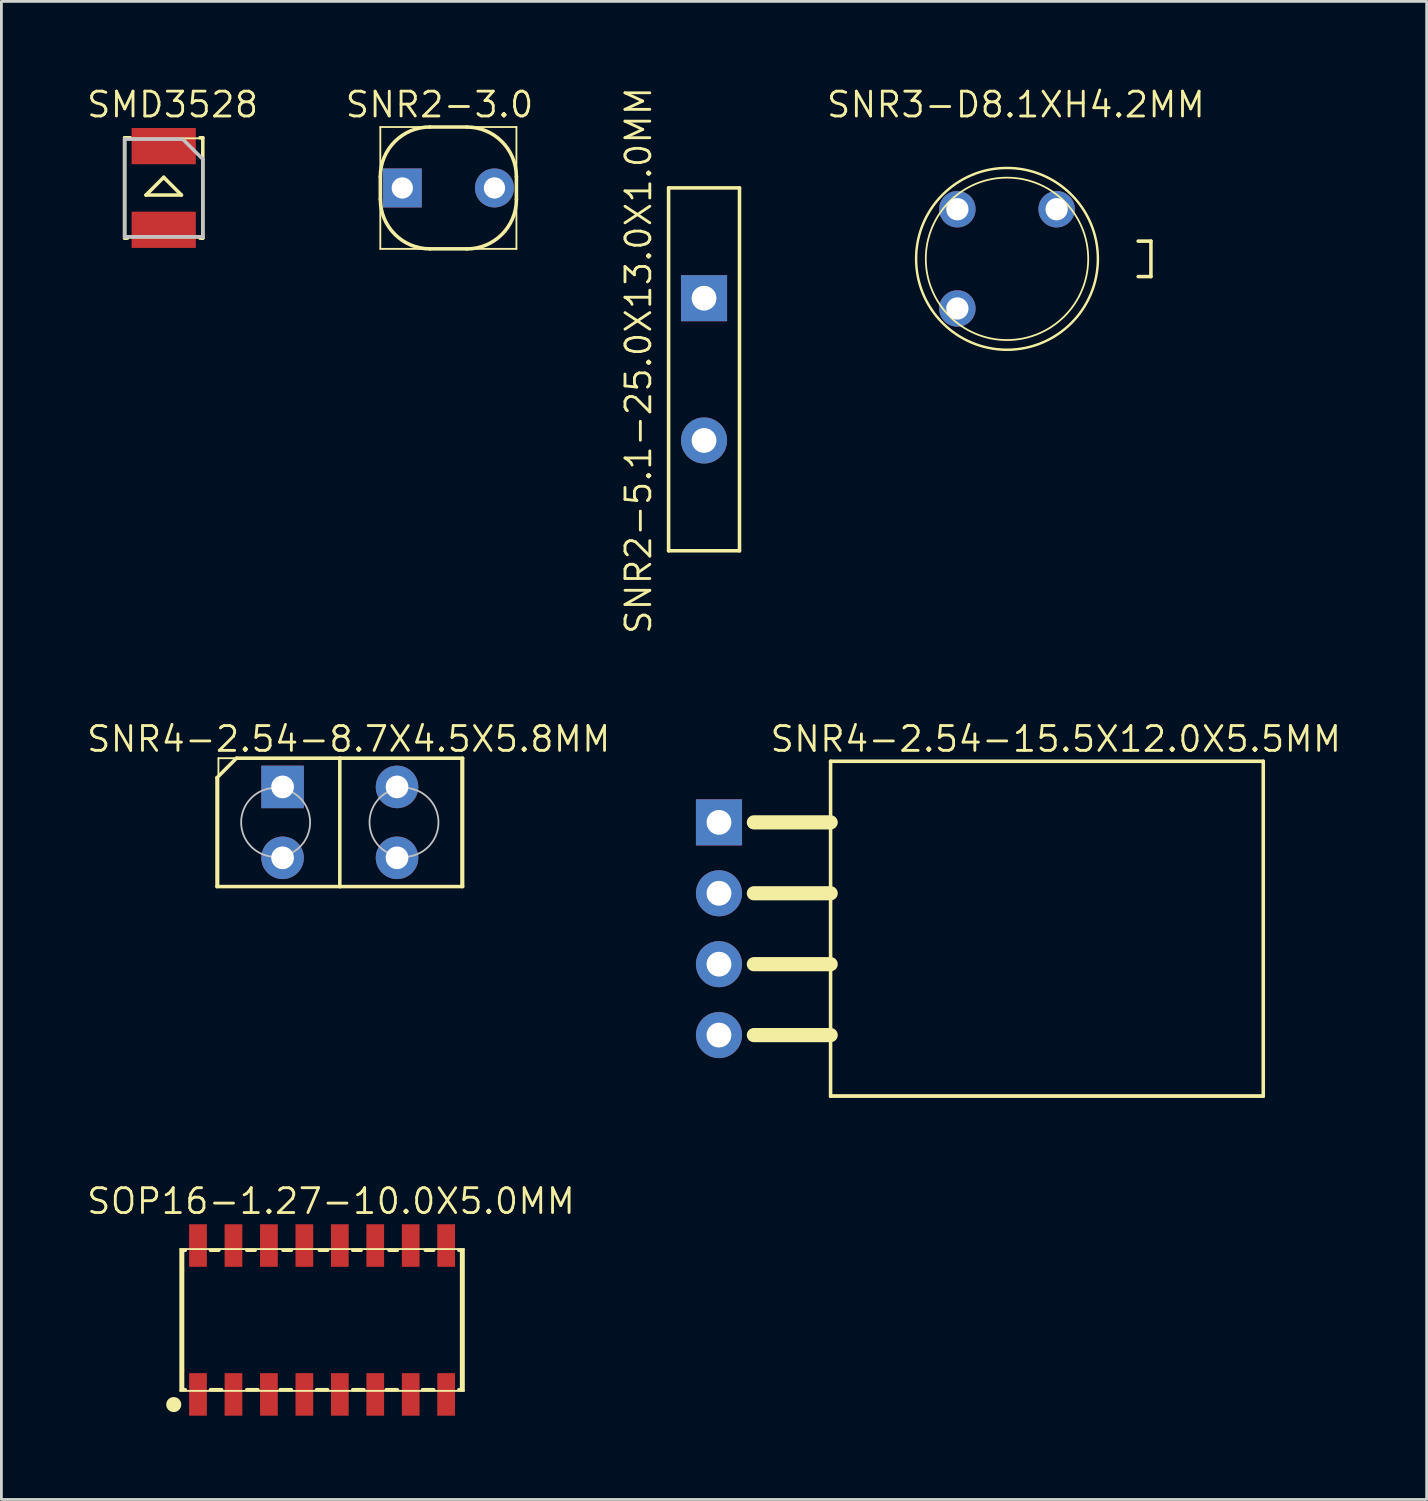
<source format=kicad_pcb>
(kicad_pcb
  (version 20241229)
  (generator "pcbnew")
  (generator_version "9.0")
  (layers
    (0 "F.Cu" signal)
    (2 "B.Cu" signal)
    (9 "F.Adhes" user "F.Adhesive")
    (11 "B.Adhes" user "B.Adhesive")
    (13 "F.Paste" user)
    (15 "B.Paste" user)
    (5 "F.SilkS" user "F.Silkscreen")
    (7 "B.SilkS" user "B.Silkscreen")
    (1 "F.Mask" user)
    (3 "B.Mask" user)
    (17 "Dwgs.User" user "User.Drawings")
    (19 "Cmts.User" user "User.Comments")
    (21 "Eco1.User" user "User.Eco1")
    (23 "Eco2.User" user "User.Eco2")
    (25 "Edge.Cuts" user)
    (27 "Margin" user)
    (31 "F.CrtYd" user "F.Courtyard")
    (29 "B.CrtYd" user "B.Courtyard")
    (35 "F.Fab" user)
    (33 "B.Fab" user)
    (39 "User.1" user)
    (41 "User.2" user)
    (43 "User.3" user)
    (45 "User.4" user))
  (footprint "SNR4-2.54-15.5X12.0X5.5MM"
    (layer "F.Cu")
    (at 34.454 30.22)
    (property "Reference" "SNR4-2.54-15.5X12.0X5.5MM" (at 0.318 -6.795 0) (layer "F.SilkS") (effects (font (size 0.889 0.889) (thickness 0.102))))
    (attr exclude_from_pos_files exclude_from_bom)
    (fp_line (start -10.498 -3.81) (end -7.747 -3.81) (stroke (width 0.508) (type solid)) (layer "F.SilkS"))
    (fp_line (start -10.498 -1.27) (end -7.747 -1.27) (stroke (width 0.508) (type solid)) (layer "F.SilkS"))
    (fp_line (start -10.498 1.27) (end -7.747 1.27) (stroke (width 0.508) (type solid)) (layer "F.SilkS"))
    (fp_line (start -10.498 3.81) (end -7.747 3.81) (stroke (width 0.508) (type solid)) (layer "F.SilkS"))
    (fp_line (start -7.75 -5.999) (end 7.75 -5.999) (stroke (width 0.127) (type solid)) (layer "F.SilkS"))
    (fp_line (start -7.75 5.999) (end -7.75 -5.999) (stroke (width 0.127) (type solid)) (layer "F.SilkS"))
    (fp_line (start -7.747 -5.969) (end 7.747 -5.969) (stroke (width 0.066) (type solid)) (layer "F.SilkS"))
    (fp_line (start -7.747 5.969) (end -7.747 -5.969) (stroke (width 0.066) (type solid)) (layer "F.SilkS"))
    (fp_line (start -7.747 5.969) (end 7.747 5.969) (stroke (width 0.066) (type solid)) (layer "F.SilkS"))
    (fp_line (start 7.747 5.969) (end 7.747 -5.969) (stroke (width 0.066) (type solid)) (layer "F.SilkS"))
    (fp_line (start 7.75 -5.999) (end 7.75 5.999) (stroke (width 0.127) (type solid)) (layer "F.SilkS"))
    (fp_line (start 7.75 5.999) (end -7.75 5.999) (stroke (width 0.127) (type solid)) (layer "F.SilkS"))
    (pad "1" thru_hole rect (at -11.748 -3.81) (size 1.651 1.651) (drill 0.889) (layers "*.Cu" "*.Paste" "*.Mask"))
    (pad "2" thru_hole circle (at -11.748 -1.27) (size 1.651 1.651) (drill 0.889) (layers "*.Cu" "*.Paste" "*.Mask"))
    (pad "3" thru_hole circle (at -11.748 1.27) (size 1.651 1.651) (drill 0.889) (layers "*.Cu" "*.Paste" "*.Mask"))
    (pad "4" thru_hole circle (at -11.748 3.81) (size 1.651 1.651) (drill 0.889) (layers "*.Cu" "*.Paste" "*.Mask")))
  (footprint "SMD3528"
    (layer "F.Cu")
    (at 2.815 3.683)
    (property "Reference" "SMD3528" (at 0.318 -2.985 0) (layer "F.SilkS") (effects (font (size 0.889 0.889) (thickness 0.102))))
    (attr smd)
    (fp_line (start -1.4 -1.798) (end -1.199 -1.798) (stroke (width 0.127) (type solid)) (layer "F.SilkS"))
    (fp_line (start -1.4 1.798) (end -1.4 -1.798) (stroke (width 0.127) (type solid)) (layer "F.SilkS"))
    (fp_line (start -1.397 -1.778) (end 1.397 -1.778) (stroke (width 0.066) (type solid)) (layer "F.SilkS"))
    (fp_line (start -1.397 1.778) (end -1.397 -1.778) (stroke (width 0.066) (type solid)) (layer "F.SilkS"))
    (fp_line (start -1.397 1.778) (end 1.397 1.778) (stroke (width 0.066) (type solid)) (layer "F.SilkS"))
    (fp_line (start -1.298 1.798) (end -1.4 1.798) (stroke (width 0.127) (type solid)) (layer "F.SilkS"))
    (fp_line (start -0.635 0.254) (end 0.635 0.254) (stroke (width 0.127) (type solid)) (layer "F.SilkS"))
    (fp_line (start 0 -0.381) (end -0.635 0.254) (stroke (width 0.127) (type solid)) (layer "F.SilkS"))
    (fp_line (start 0.635 0.254) (end 0 -0.381) (stroke (width 0.127) (type solid)) (layer "F.SilkS"))
    (fp_line (start 1.298 -1.798) (end 1.4 -1.798) (stroke (width 0.127) (type solid)) (layer "F.SilkS"))
    (fp_line (start 1.397 1.778) (end 1.397 -1.778) (stroke (width 0.066) (type solid)) (layer "F.SilkS"))
    (fp_line (start 1.4 -1.798) (end 1.4 1.798) (stroke (width 0.127) (type solid)) (layer "F.SilkS"))
    (fp_line (start 1.4 1.798) (end 1.298 1.798) (stroke (width 0.127) (type solid)) (layer "F.SilkS"))
    (fp_line (start -1.4 -1.748) (end 0.681 -1.748) (stroke (width 0.127) (type solid)) (layer "Dwgs.User"))
    (fp_line (start -1.4 1.748) (end -1.4 -1.748) (stroke (width 0.127) (type solid)) (layer "Dwgs.User"))
    (fp_line (start 0.681 -1.748) (end 1.4 -1.031) (stroke (width 0.127) (type solid)) (layer "Dwgs.User"))
    (fp_line (start 1.4 -1.031) (end 1.4 1.748) (stroke (width 0.127) (type solid)) (layer "Dwgs.User"))
    (fp_line (start 1.4 1.748) (end -1.4 1.748) (stroke (width 0.127) (type solid)) (layer "Dwgs.User"))
    (pad "+" smd rect (at 0 1.499) (size 2.299 1.298) (layers "F.Cu" "F.Mask" "F.Paste"))
    (pad "-" smd rect (at 0 -1.499) (size 2.299 1.298) (layers "F.Cu" "F.Mask" "F.Paste")))
  (footprint "SNR3-D8.1XH4.2MM"
    (layer "F.Cu")
    (at 33.024 6.223)
    (property "Reference" "SNR3-D8.1XH4.2MM" (at 0.318 -5.524 0) (layer "F.SilkS") (effects (font (size 0.889 0.889) (thickness 0.102))))
    (attr exclude_from_pos_files exclude_from_bom)
    (fp_line (start 4.699 -0.635) (end 5.156 -0.635) (stroke (width 0.127) (type solid)) (layer "F.SilkS"))
    (fp_line (start 5.156 -0.635) (end 5.156 0.635) (stroke (width 0.127) (type solid)) (layer "F.SilkS"))
    (fp_line (start 5.156 0.635) (end 4.699 0.635) (stroke (width 0.127) (type solid)) (layer "F.SilkS"))
    (fp_circle (center 0 0) (end -2.311 2.311) (stroke (width 0.064) (type solid)) (fill no) (layer "F.SilkS"))
    (fp_circle (center 0 0) (end -2.294 2.294) (stroke (width 0.064) (type solid)) (fill no) (layer "F.SilkS"))
    (fp_circle (center 0 0) (end -2.057 2.057) (stroke (width 0.064) (type solid)) (fill no) (layer "F.SilkS"))
    (pad "1" thru_hole circle (at 1.778 -1.778) (size 1.306 1.306) (drill 0.798) (layers "*.Cu" "*.Paste" "*.Mask"))
    (pad "2" thru_hole circle (at -1.778 -1.778) (size 1.306 1.306) (drill 0.798) (layers "*.Cu" "*.Paste" "*.Mask"))
    (pad "3" thru_hole circle (at -1.778 1.778) (size 1.306 1.306) (drill 0.798) (layers "*.Cu" "*.Paste" "*.Mask")))
  (footprint "SNR2-5.1-25.0X13.0X1.0MM"
    (layer "F.Cu")
    (at 22.171 10.181)
    (property "Reference" "SNR2-5.1-25.0X13.0X1.0MM" (at -2.349 -0.318 90) (layer "F.SilkS") (effects (font (size 0.889 0.889) (thickness 0.102))))
    (attr exclude_from_pos_files exclude_from_bom)
    (fp_line (start -1.27 -6.5) (end 1.27 -6.5) (stroke (width 0.127) (type solid)) (layer "F.SilkS"))
    (fp_line (start -1.27 6.5) (end -1.27 -6.5) (stroke (width 0.127) (type solid)) (layer "F.SilkS"))
    (fp_line (start 1.27 -6.5) (end 1.27 6.5) (stroke (width 0.127) (type solid)) (layer "F.SilkS"))
    (fp_line (start 1.27 6.5) (end -1.27 6.5) (stroke (width 0.127) (type solid)) (layer "F.SilkS"))
    (pad "1" thru_hole rect (at 0 -2.548) (size 1.651 1.651) (drill 0.889) (layers "*.Cu" "*.Paste" "*.Mask"))
    (pad "2" thru_hole circle (at 0 2.548) (size 1.651 1.651) (drill 0.889) (layers "*.Cu" "*.Paste" "*.Mask")))
  (footprint "SNR2-3.0"
    (layer "F.Cu")
    (at 13.012 3.683)
    (property "Reference" "SNR2-3.0" (at -0.318 -2.985 0) (layer "F.SilkS") (effects (font (size 0.889 0.889) (thickness 0.102))))
    (attr exclude_from_pos_files exclude_from_bom)
    (fp_line (start -2.438 -2.182) (end 2.438 -2.182) (stroke (width 0.066) (type solid)) (layer "F.SilkS"))
    (fp_line (start -2.438 0.406) (end -2.438 -0.406) (stroke (width 0.127) (type solid)) (layer "F.SilkS"))
    (fp_line (start -2.438 2.182) (end -2.438 -2.182) (stroke (width 0.066) (type solid)) (layer "F.SilkS"))
    (fp_line (start -2.438 2.182) (end 2.438 2.182) (stroke (width 0.066) (type solid)) (layer "F.SilkS"))
    (fp_line (start -0.66 -2.182) (end 0.66 -2.182) (stroke (width 0.127) (type solid)) (layer "F.SilkS"))
    (fp_line (start 0.66 2.182) (end -0.66 2.182) (stroke (width 0.127) (type solid)) (layer "F.SilkS"))
    (fp_line (start 2.438 -0.406) (end 2.438 0.406) (stroke (width 0.127) (type solid)) (layer "F.SilkS"))
    (fp_line (start 2.438 2.182) (end 2.438 -2.182) (stroke (width 0.066) (type solid)) (layer "F.SilkS"))
    (fp_arc (start -2.4384 -0.4064) (mid -1.917636 -1.663636) (end -0.6604 -2.1844) (stroke (width 0.127) (type solid)) (layer "F.SilkS"))
    (fp_arc (start -0.6604 2.18186) (mid -1.91584 1.66184) (end -2.43586 0.4064) (stroke (width 0.127) (type solid)) (layer "F.SilkS"))
    (fp_arc (start 0.6604 -2.18186) (mid 1.91584 -1.66184) (end 2.43586 -0.4064) (stroke (width 0.127) (type solid)) (layer "F.SilkS"))
    (fp_arc (start 2.4384 0.4064) (mid 1.917636 1.663636) (end 0.6604 2.1844) (stroke (width 0.127) (type solid)) (layer "F.SilkS"))
    (pad "1" thru_hole rect (at -1.651 0) (size 1.397 1.397) (drill 0.762) (layers "*.Cu" "*.Paste" "*.Mask"))
    (pad "2" thru_hole circle (at 1.651 0) (size 1.397 1.397) (drill 0.762) (layers "*.Cu" "*.Paste" "*.Mask")))
  (footprint "SOP16-1.27-10.0X5.0MM"
    (layer "F.Cu")
    (at 8.488 44.236)
    (property "Reference" "SOP16-1.27-10.0X5.0MM" (at 0.318 -4.255 0) (layer "F.SilkS") (effects (font (size 0.889 0.889) (thickness 0.102))))
    (attr smd)
    (fp_line (start -5.08 -2.54) (end 5.08 -2.54) (stroke (width 0.066) (type solid)) (layer "F.SilkS"))
    (fp_line (start -5.08 2.54) (end -5.08 -2.54) (stroke (width 0.066) (type solid)) (layer "F.SilkS"))
    (fp_line (start -5.08 2.54) (end 5.08 2.54) (stroke (width 0.066) (type solid)) (layer "F.SilkS"))
    (fp_line (start -4.999 -2.499) (end -4.9 -2.499) (stroke (width 0.127) (type solid)) (layer "F.SilkS"))
    (fp_line (start -4.999 -1.798) (end -4.999 -2.499) (stroke (width 0.127) (type solid)) (layer "F.SilkS"))
    (fp_line (start -4.999 -1.778) (end -4.999 1.778) (stroke (width 0.127) (type solid)) (layer "F.SilkS"))
    (fp_line (start -4.999 1.798) (end -4.999 2.499) (stroke (width 0.127) (type solid)) (layer "F.SilkS"))
    (fp_line (start -4.999 2.499) (end -4.9 2.499) (stroke (width 0.127) (type solid)) (layer "F.SilkS"))
    (fp_line (start -3.998 2.499) (end -3.599 2.499) (stroke (width 0.127) (type solid)) (layer "F.SilkS"))
    (fp_line (start -3.698 -2.499) (end -3.998 -2.499) (stroke (width 0.127) (type solid)) (layer "F.SilkS"))
    (fp_line (start -2.697 2.499) (end -2.299 2.499) (stroke (width 0.127) (type solid)) (layer "F.SilkS"))
    (fp_line (start -2.398 -2.499) (end -2.697 -2.499) (stroke (width 0.127) (type solid)) (layer "F.SilkS"))
    (fp_line (start -1.499 2.499) (end -1.1 2.499) (stroke (width 0.127) (type solid)) (layer "F.SilkS"))
    (fp_line (start -1.1 -2.499) (end -1.4 -2.499) (stroke (width 0.127) (type solid)) (layer "F.SilkS"))
    (fp_line (start -0.198 2.499) (end 0.198 2.499) (stroke (width 0.127) (type solid)) (layer "F.SilkS"))
    (fp_line (start 0.198 -2.499) (end -0.099 -2.499) (stroke (width 0.127) (type solid)) (layer "F.SilkS"))
    (fp_line (start 1.1 2.499) (end 1.499 2.499) (stroke (width 0.127) (type solid)) (layer "F.SilkS"))
    (fp_line (start 1.4 -2.499) (end 1.1 -2.499) (stroke (width 0.127) (type solid)) (layer "F.SilkS"))
    (fp_line (start 2.299 2.499) (end 2.697 2.499) (stroke (width 0.127) (type solid)) (layer "F.SilkS"))
    (fp_line (start 2.697 -2.499) (end 2.398 -2.499) (stroke (width 0.127) (type solid)) (layer "F.SilkS"))
    (fp_line (start 3.599 2.499) (end 3.998 2.499) (stroke (width 0.127) (type solid)) (layer "F.SilkS"))
    (fp_line (start 3.998 -2.499) (end 3.698 -2.499) (stroke (width 0.127) (type solid)) (layer "F.SilkS"))
    (fp_line (start 4.999 -2.499) (end 4.9 -2.499) (stroke (width 0.127) (type solid)) (layer "F.SilkS"))
    (fp_line (start 4.999 -1.798) (end 4.999 -2.499) (stroke (width 0.127) (type solid)) (layer "F.SilkS"))
    (fp_line (start 4.999 -1.778) (end 4.999 1.778) (stroke (width 0.127) (type solid)) (layer "F.SilkS"))
    (fp_line (start 4.999 1.798) (end 4.999 2.499) (stroke (width 0.127) (type solid)) (layer "F.SilkS"))
    (fp_line (start 4.999 2.499) (end 4.9 2.499) (stroke (width 0.127) (type solid)) (layer "F.SilkS"))
    (fp_line (start 5.08 2.54) (end 5.08 -2.54) (stroke (width 0.066) (type solid)) (layer "F.SilkS"))
    (fp_circle (center -5.314 3.03) (end -5.504 3.221) (stroke (width 0) (type solid)) (fill yes) (layer "F.SilkS"))
    (pad "1" smd rect (at -4.445 2.667) (size 0.635 1.524) (layers "F.Cu" "F.Mask" "F.Paste"))
    (pad "2" smd rect (at -3.175 2.667) (size 0.635 1.524) (layers "F.Cu" "F.Mask" "F.Paste"))
    (pad "3" smd rect (at -1.905 2.667) (size 0.635 1.524) (layers "F.Cu" "F.Mask" "F.Paste"))
    (pad "4" smd rect (at -0.635 2.667) (size 0.635 1.524) (layers "F.Cu" "F.Mask" "F.Paste"))
    (pad "5" smd rect (at 0.635 2.667) (size 0.635 1.524) (layers "F.Cu" "F.Mask" "F.Paste"))
    (pad "6" smd rect (at 1.905 2.667) (size 0.635 1.524) (layers "F.Cu" "F.Mask" "F.Paste"))
    (pad "7" smd rect (at 3.175 2.667) (size 0.635 1.524) (layers "F.Cu" "F.Mask" "F.Paste"))
    (pad "8" smd rect (at 4.445 2.667) (size 0.635 1.524) (layers "F.Cu" "F.Mask" "F.Paste"))
    (pad "9" smd rect (at 4.445 -2.667) (size 0.635 1.524) (layers "F.Cu" "F.Mask" "F.Paste"))
    (pad "10" smd rect (at 3.175 -2.667) (size 0.635 1.524) (layers "F.Cu" "F.Mask" "F.Paste"))
    (pad "11" smd rect (at 1.905 -2.667) (size 0.635 1.524) (layers "F.Cu" "F.Mask" "F.Paste"))
    (pad "12" smd rect (at 0.635 -2.667) (size 0.635 1.524) (layers "F.Cu" "F.Mask" "F.Paste"))
    (pad "13" smd rect (at -0.635 -2.667) (size 0.635 1.524) (layers "F.Cu" "F.Mask" "F.Paste"))
    (pad "14" smd rect (at -1.905 -2.667) (size 0.635 1.524) (layers "F.Cu" "F.Mask" "F.Paste"))
    (pad "15" smd rect (at -3.175 -2.667) (size 0.635 1.524) (layers "F.Cu" "F.Mask" "F.Paste"))
    (pad "16" smd rect (at -4.445 -2.667) (size 0.635 1.524) (layers "F.Cu" "F.Mask" "F.Paste")))
  (footprint "SNR4-2.54-8.7X4.5X5.8MM"
    (layer "F.Cu")
    (at 9.123 26.41)
    (property "Reference" "SNR4-2.54-8.7X4.5X5.8MM" (at 0.318 -2.985 0) (layer "F.SilkS") (effects (font (size 0.889 0.889) (thickness 0.102))))
    (attr exclude_from_pos_files exclude_from_bom)
    (fp_line (start -4.399 -1.6) (end -3.701 -2.299) (stroke (width 0.127) (type solid)) (layer "F.SilkS"))
    (fp_line (start -4.399 2.299) (end -4.399 -1.6) (stroke (width 0.127) (type solid)) (layer "F.SilkS"))
    (fp_line (start -4.348 -2.299) (end 4.348 -2.299) (stroke (width 0.066) (type solid)) (layer "F.SilkS"))
    (fp_line (start -4.348 2.299) (end -4.348 -2.299) (stroke (width 0.066) (type solid)) (layer "F.SilkS"))
    (fp_line (start -4.348 2.299) (end 4.348 2.299) (stroke (width 0.066) (type solid)) (layer "F.SilkS"))
    (fp_line (start -3.701 -2.299) (end 0 -2.299) (stroke (width 0.127) (type solid)) (layer "F.SilkS"))
    (fp_line (start 0 -2.299) (end 0 2.299) (stroke (width 0.127) (type solid)) (layer "F.SilkS"))
    (fp_line (start 0 -2.299) (end 4.399 -2.299) (stroke (width 0.127) (type solid)) (layer "F.SilkS"))
    (fp_line (start 0 2.299) (end -4.399 2.299) (stroke (width 0.127) (type solid)) (layer "F.SilkS"))
    (fp_line (start 4.348 2.299) (end 4.348 -2.299) (stroke (width 0.066) (type solid)) (layer "F.SilkS"))
    (fp_line (start 4.399 -2.299) (end 4.399 2.299) (stroke (width 0.127) (type solid)) (layer "F.SilkS"))
    (fp_line (start 4.399 2.299) (end 0 2.299) (stroke (width 0.127) (type solid)) (layer "F.SilkS"))
    (fp_circle (center -2.299 0) (end -3.172 0.874) (stroke (width 0.064) (type solid)) (fill no) (layer "Dwgs.User"))
    (fp_circle (center 2.299 0) (end 3.172 0.874) (stroke (width 0.064) (type solid)) (fill no) (layer "Dwgs.User"))
    (pad "1" thru_hole rect (at -2.05 -1.27) (size 1.524 1.524) (drill 0.813) (layers "*.Cu" "*.Paste" "*.Mask"))
    (pad "2" thru_hole circle (at -2.05 1.27) (size 1.524 1.524) (drill 0.813) (layers "*.Cu" "*.Paste" "*.Mask"))
    (pad "3" thru_hole circle (at 2.05 -1.27) (size 1.524 1.524) (drill 0.813) (layers "*.Cu" "*.Paste" "*.Mask"))
    (pad "4" thru_hole circle (at 2.05 1.27) (size 1.524 1.524) (drill 0.813) (layers "*.Cu" "*.Paste" "*.Mask")))
  (gr_rect
    (start -3 -3)
    (end 48.058 50.665)
    (stroke (width 0.1) (type default))
    (fill no)
    (layer "Edge.Cuts")))
</source>
